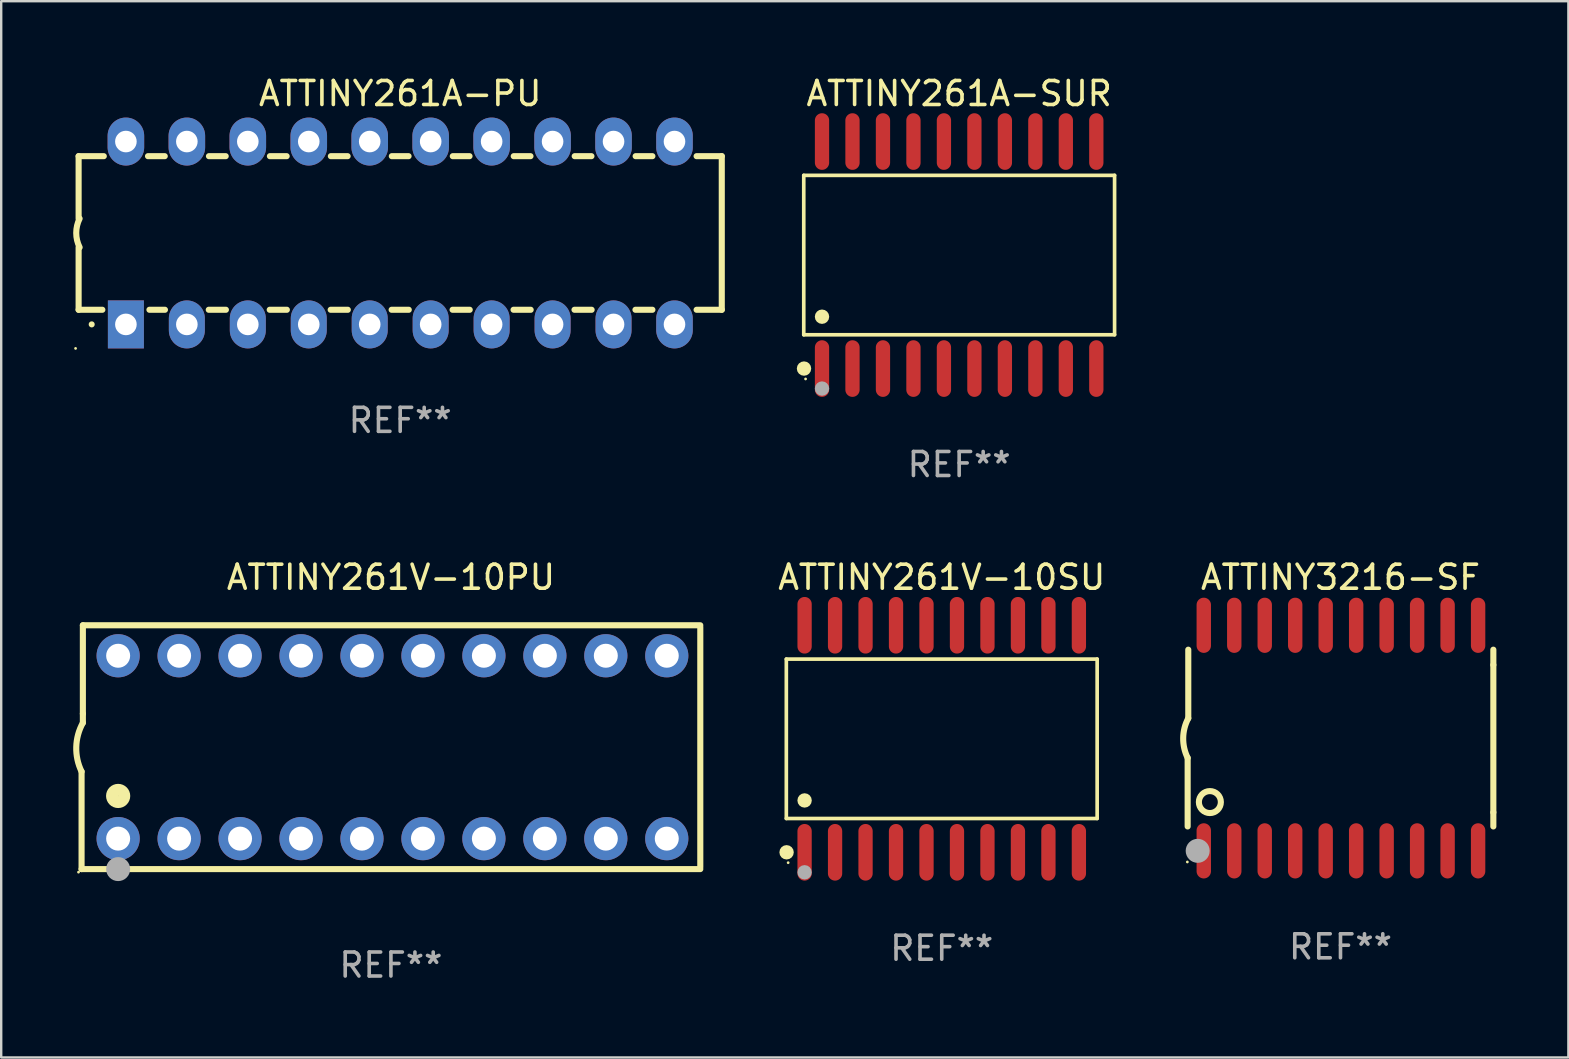
<source format=kicad_pcb>
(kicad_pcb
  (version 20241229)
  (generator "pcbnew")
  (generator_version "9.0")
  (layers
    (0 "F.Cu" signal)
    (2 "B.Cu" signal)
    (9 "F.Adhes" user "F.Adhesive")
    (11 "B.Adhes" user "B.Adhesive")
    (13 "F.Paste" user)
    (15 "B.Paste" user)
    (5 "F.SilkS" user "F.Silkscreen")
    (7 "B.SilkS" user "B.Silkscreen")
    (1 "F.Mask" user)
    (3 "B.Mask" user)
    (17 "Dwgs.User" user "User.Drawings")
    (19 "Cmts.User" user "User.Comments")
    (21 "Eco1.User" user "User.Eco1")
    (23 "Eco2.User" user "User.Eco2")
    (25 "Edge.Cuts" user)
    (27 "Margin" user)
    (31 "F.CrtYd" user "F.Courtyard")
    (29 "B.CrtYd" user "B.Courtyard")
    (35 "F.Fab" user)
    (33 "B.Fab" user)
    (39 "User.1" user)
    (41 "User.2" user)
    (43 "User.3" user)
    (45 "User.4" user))
  (footprint "ATTINY261A-SUR"
    (layer "F.Cu")
    (at 36.918 7.578)
    (property "Reference" "ATTINY261A-SUR" (at 0 -6.73 0) (layer "F.SilkS") (effects (font (size 1 1) (thickness 0.15))))
    (attr through_hole)
    (fp_line (start -6.476 -3.321) (end 6.476 -3.321) (stroke (width 0.152) (type solid)) (layer "F.SilkS"))
    (fp_line (start -6.476 3.321) (end -6.476 -3.321) (stroke (width 0.152) (type solid)) (layer "F.SilkS"))
    (fp_line (start 6.476 -3.321) (end 6.476 3.321) (stroke (width 0.152) (type solid)) (layer "F.SilkS"))
    (fp_line (start 6.476 3.321) (end -6.476 3.321) (stroke (width 0.152) (type solid)) (layer "F.SilkS"))
    (fp_circle (center -6.465 4.73) (end -6.315 4.73) (stroke (width 0.3) (type solid)) (fill no) (layer "F.SilkS"))
    (fp_circle (center -6.4 5.163) (end -6.37 5.163) (stroke (width 0.06) (type solid)) (fill no) (layer "F.SilkS"))
    (fp_circle (center -5.715 2.569) (end -5.565 2.569) (stroke (width 0.3) (type solid)) (fill no) (layer "F.SilkS"))
    (fp_circle (center -5.715 5.563) (end -5.565 5.563) (stroke (width 0.3) (type solid)) (fill no) (layer "F.Fab"))
    (fp_text user "REF**" (at 0 8.73 0) (layer "F.Fab") (effects (font (size 1 1) (thickness 0.15))))
    (pad "1" smd oval (at -5.715 4.73) (size 0.595 2.36) (layers "F.Cu" "F.Mask" "F.Paste"))
    (pad "2" smd oval (at -4.445 4.73) (size 0.595 2.36) (layers "F.Cu" "F.Mask" "F.Paste"))
    (pad "3" smd oval (at -3.175 4.73) (size 0.595 2.36) (layers "F.Cu" "F.Mask" "F.Paste"))
    (pad "4" smd oval (at -1.905 4.73) (size 0.595 2.36) (layers "F.Cu" "F.Mask" "F.Paste"))
    (pad "5" smd oval (at -0.635 4.73) (size 0.595 2.36) (layers "F.Cu" "F.Mask" "F.Paste"))
    (pad "6" smd oval (at 0.635 4.73) (size 0.595 2.36) (layers "F.Cu" "F.Mask" "F.Paste"))
    (pad "7" smd oval (at 1.905 4.73) (size 0.595 2.36) (layers "F.Cu" "F.Mask" "F.Paste"))
    (pad "8" smd oval (at 3.175 4.73) (size 0.595 2.36) (layers "F.Cu" "F.Mask" "F.Paste"))
    (pad "9" smd oval (at 4.445 4.73) (size 0.595 2.36) (layers "F.Cu" "F.Mask" "F.Paste"))
    (pad "10" smd oval (at 5.715 4.73) (size 0.595 2.36) (layers "F.Cu" "F.Mask" "F.Paste"))
    (pad "11" smd oval (at 5.715 -4.73) (size 0.595 2.36) (layers "F.Cu" "F.Mask" "F.Paste"))
    (pad "12" smd oval (at 4.445 -4.73) (size 0.595 2.36) (layers "F.Cu" "F.Mask" "F.Paste"))
    (pad "13" smd oval (at 3.175 -4.73) (size 0.595 2.36) (layers "F.Cu" "F.Mask" "F.Paste"))
    (pad "14" smd oval (at 1.905 -4.73) (size 0.595 2.36) (layers "F.Cu" "F.Mask" "F.Paste"))
    (pad "15" smd oval (at 0.635 -4.73) (size 0.595 2.36) (layers "F.Cu" "F.Mask" "F.Paste"))
    (pad "16" smd oval (at -0.635 -4.73) (size 0.595 2.36) (layers "F.Cu" "F.Mask" "F.Paste"))
    (pad "17" smd oval (at -1.905 -4.73) (size 0.595 2.36) (layers "F.Cu" "F.Mask" "F.Paste"))
    (pad "18" smd oval (at -3.175 -4.73) (size 0.595 2.36) (layers "F.Cu" "F.Mask" "F.Paste"))
    (pad "19" smd oval (at -4.445 -4.73) (size 0.595 2.36) (layers "F.Cu" "F.Mask" "F.Paste"))
    (pad "20" smd oval (at -5.715 -4.73) (size 0.595 2.36) (layers "F.Cu" "F.Mask" "F.Paste")))
  (footprint "ATTINY261V-10PU"
    (layer "F.Cu")
    (at 13.24 28.085)
    (property "Reference" "ATTINY261V-10PU" (at 0 -7.08 0) (layer "F.SilkS") (effects (font (size 1 1) (thickness 0.15))))
    (attr through_hole)
    (fp_line (start -12.891 5.08) (end -12.891 1.016) (stroke (width 0.254) (type solid)) (layer "F.SilkS"))
    (fp_line (start -12.891 5.08) (end 12.891 5.08) (stroke (width 0.254) (type solid)) (layer "F.SilkS"))
    (fp_line (start -12.837 -5.08) (end -12.837 -1.397) (stroke (width 0.254) (type solid)) (layer "F.SilkS"))
    (fp_line (start -12.837 -5.08) (end 12.891 -5.08) (stroke (width 0.254) (type solid)) (layer "F.SilkS"))
    (fp_line (start -12.837 -1.397) (end -12.837 -1.016) (stroke (width 0.254) (type solid)) (layer "F.SilkS"))
    (fp_line (start 12.891 -5) (end 12.891 5) (stroke (width 0.254) (type solid)) (layer "F.SilkS"))
    (fp_arc (start -12.890526 1.016002) (mid -13.111945 -0.006602) (end -12.836525 -1.016002) (stroke (width 0.254001) (type solid)) (layer "F.SilkS"))
    (fp_circle (center -13.018 5.207) (end -12.988 5.207) (stroke (width 0.06) (type solid)) (fill no) (layer "F.SilkS"))
    (fp_circle (center -11.367 2.032) (end -11.113 2.032) (stroke (width 0.5) (type solid)) (fill no) (layer "F.SilkS"))
    (fp_circle (center -11.367 5.08) (end -11.117 5.08) (stroke (width 0.5) (type solid)) (fill no) (layer "F.Fab"))
    (fp_text user "REF**" (at 0 9.08 0) (layer "F.Fab") (effects (font (size 1 1) (thickness 0.15))))
    (pad "1" thru_hole circle (at -11.367 3.81) (size 1.8 1.8) (drill 1) (layers "*.Cu" "*.Mask"))
    (pad "2" thru_hole circle (at -8.827 3.81) (size 1.8 1.8) (drill 1) (layers "*.Cu" "*.Mask"))
    (pad "3" thru_hole circle (at -6.287 3.81) (size 1.8 1.8) (drill 1) (layers "*.Cu" "*.Mask"))
    (pad "4" thru_hole circle (at -3.747 3.81) (size 1.8 1.8) (drill 1) (layers "*.Cu" "*.Mask"))
    (pad "5" thru_hole circle (at -1.207 3.81) (size 1.8 1.8) (drill 1) (layers "*.Cu" "*.Mask"))
    (pad "6" thru_hole circle (at 1.334 3.81) (size 1.8 1.8) (drill 1) (layers "*.Cu" "*.Mask"))
    (pad "7" thru_hole circle (at 3.874 3.81) (size 1.8 1.8) (drill 1) (layers "*.Cu" "*.Mask"))
    (pad "8" thru_hole circle (at 6.414 3.81) (size 1.8 1.8) (drill 1) (layers "*.Cu" "*.Mask"))
    (pad "9" thru_hole circle (at 8.954 3.81) (size 1.8 1.8) (drill 1) (layers "*.Cu" "*.Mask"))
    (pad "10" thru_hole circle (at 11.494 3.81) (size 1.8 1.8) (drill 1) (layers "*.Cu" "*.Mask"))
    (pad "11" thru_hole circle (at 11.494 -3.81) (size 1.8 1.8) (drill 1) (layers "*.Cu" "*.Mask"))
    (pad "12" thru_hole circle (at 8.954 -3.81) (size 1.8 1.8) (drill 1) (layers "*.Cu" "*.Mask"))
    (pad "13" thru_hole circle (at 6.414 -3.81) (size 1.8 1.8) (drill 1) (layers "*.Cu" "*.Mask"))
    (pad "14" thru_hole circle (at 3.874 -3.81) (size 1.8 1.8) (drill 1) (layers "*.Cu" "*.Mask"))
    (pad "15" thru_hole circle (at 1.334 -3.81) (size 1.8 1.8) (drill 1) (layers "*.Cu" "*.Mask"))
    (pad "16" thru_hole circle (at -1.207 -3.81) (size 1.8 1.8) (drill 1) (layers "*.Cu" "*.Mask"))
    (pad "17" thru_hole circle (at -3.747 -3.81) (size 1.8 1.8) (drill 1) (layers "*.Cu" "*.Mask"))
    (pad "18" thru_hole circle (at -6.287 -3.81) (size 1.8 1.8) (drill 1) (layers "*.Cu" "*.Mask"))
    (pad "19" thru_hole circle (at -8.827 -3.81) (size 1.8 1.8) (drill 1) (layers "*.Cu" "*.Mask"))
    (pad "20" thru_hole circle (at -11.367 -3.81) (size 1.8 1.8) (drill 1) (layers "*.Cu" "*.Mask")))
  (footprint "ATTINY3216-SF"
    (layer "F.Cu")
    (at 52.808 27.705)
    (property "Reference" "ATTINY3216-SF" (at 0 -6.7 0) (layer "F.SilkS") (effects (font (size 1 1) (thickness 0.15))))
    (attr through_hole)
    (fp_line (start -6.369 0.826) (end -6.369 3.683) (stroke (width 0.254) (type solid)) (layer "F.SilkS"))
    (fp_line (start -6.343 -0.825) (end -6.343 -3.683) (stroke (width 0.254) (type solid)) (layer "F.SilkS"))
    (fp_line (start 6.369 -3.048) (end 6.369 -3.683) (stroke (width 0.254) (type solid)) (layer "F.SilkS"))
    (fp_line (start 6.369 -3.048) (end 6.369 3.096) (stroke (width 0.254) (type solid)) (layer "F.SilkS"))
    (fp_line (start 6.369 3.096) (end 6.369 3.683) (stroke (width 0.254) (type solid)) (layer "F.SilkS"))
    (fp_arc (start -6.36853 0.825552) (mid -6.554743 -0.00301) (end -6.343129 -0.825451) (stroke (width 0.254001) (type solid)) (layer "F.SilkS"))
    (fp_circle (center -6.382 5.163) (end -6.352 5.163) (stroke (width 0.06) (type solid)) (fill no) (layer "F.SilkS"))
    (fp_circle (center -5.443 2.667) (end -4.985 2.667) (stroke (width 0.254) (type solid)) (fill no) (layer "F.SilkS"))
    (fp_circle (center -5.951 4.699) (end -5.701 4.699) (stroke (width 0.5) (type solid)) (fill no) (layer "F.Fab"))
    (fp_text user "REF**" (at 0 8.7 0) (layer "F.Fab") (effects (font (size 1 1) (thickness 0.15))))
    (pad "1" smd oval (at -5.697 4.7 180) (size 0.6 2.3) (layers "F.Cu" "F.Mask" "F.Paste"))
    (pad "2" smd oval (at -4.427 4.7 180) (size 0.6 2.3) (layers "F.Cu" "F.Mask" "F.Paste"))
    (pad "3" smd oval (at -3.157 4.7 180) (size 0.6 2.3) (layers "F.Cu" "F.Mask" "F.Paste"))
    (pad "4" smd oval (at -1.887 4.7 180) (size 0.6 2.3) (layers "F.Cu" "F.Mask" "F.Paste"))
    (pad "5" smd oval (at -0.617 4.7 180) (size 0.6 2.3) (layers "F.Cu" "F.Mask" "F.Paste"))
    (pad "6" smd oval (at 0.653 4.7 180) (size 0.6 2.3) (layers "F.Cu" "F.Mask" "F.Paste"))
    (pad "7" smd oval (at 1.923 4.7 180) (size 0.6 2.3) (layers "F.Cu" "F.Mask" "F.Paste"))
    (pad "8" smd oval (at 3.193 4.7 180) (size 0.6 2.3) (layers "F.Cu" "F.Mask" "F.Paste"))
    (pad "9" smd oval (at 4.463 4.7 180) (size 0.6 2.3) (layers "F.Cu" "F.Mask" "F.Paste"))
    (pad "10" smd oval (at 5.734 4.7 180) (size 0.6 2.3) (layers "F.Cu" "F.Mask" "F.Paste"))
    (pad "11" smd oval (at 5.734 -4.7 180) (size 0.6 2.3) (layers "F.Cu" "F.Mask" "F.Paste"))
    (pad "12" smd oval (at 4.463 -4.7 180) (size 0.6 2.3) (layers "F.Cu" "F.Mask" "F.Paste"))
    (pad "13" smd oval (at 3.193 -4.7 180) (size 0.6 2.3) (layers "F.Cu" "F.Mask" "F.Paste"))
    (pad "14" smd oval (at 1.923 -4.7 180) (size 0.6 2.3) (layers "F.Cu" "F.Mask" "F.Paste"))
    (pad "15" smd oval (at 0.653 -4.7 180) (size 0.6 2.3) (layers "F.Cu" "F.Mask" "F.Paste"))
    (pad "16" smd oval (at -0.617 -4.7 180) (size 0.6 2.3) (layers "F.Cu" "F.Mask" "F.Paste"))
    (pad "17" smd oval (at -1.887 -4.7 180) (size 0.6 2.3) (layers "F.Cu" "F.Mask" "F.Paste"))
    (pad "18" smd oval (at -3.157 -4.7 180) (size 0.6 2.3) (layers "F.Cu" "F.Mask" "F.Paste"))
    (pad "19" smd oval (at -4.427 -4.7 180) (size 0.6 2.3) (layers "F.Cu" "F.Mask" "F.Paste"))
    (pad "20" smd oval (at -5.697 -4.7 180) (size 0.6 2.3) (layers "F.Cu" "F.Mask" "F.Paste")))
  (footprint "ATTINY261A-PU"
    (layer "F.Cu")
    (at 13.626 6.658)
    (property "Reference" "ATTINY261A-PU" (at 0 -5.81 0) (layer "F.SilkS") (effects (font (size 1 1) (thickness 0.15))))
    (attr through_hole)
    (fp_line (start -13.4 -3.2) (end -12.351 -3.2) (stroke (width 0.254) (type solid)) (layer "F.SilkS"))
    (fp_line (start -13.4 -0.6) (end -13.4 -3.2) (stroke (width 0.254) (type solid)) (layer "F.SilkS"))
    (fp_line (start -13.4 3.2) (end -13.4 0.6) (stroke (width 0.254) (type solid)) (layer "F.SilkS"))
    (fp_line (start -13.4 3.2) (end -12.411 3.2) (stroke (width 0.254) (type solid)) (layer "F.SilkS"))
    (fp_line (start -10.509 -3.2) (end -9.811 -3.2) (stroke (width 0.254) (type solid)) (layer "F.SilkS"))
    (fp_line (start -10.449 3.2) (end -9.803 3.2) (stroke (width 0.254) (type solid)) (layer "F.SilkS"))
    (fp_line (start -7.977 3.2) (end -7.263 3.2) (stroke (width 0.254) (type solid)) (layer "F.SilkS"))
    (fp_line (start -7.969 -3.2) (end -7.271 -3.2) (stroke (width 0.254) (type solid)) (layer "F.SilkS"))
    (fp_line (start -5.437 3.2) (end -4.723 3.2) (stroke (width 0.254) (type solid)) (layer "F.SilkS"))
    (fp_line (start -5.429 -3.2) (end -4.731 -3.2) (stroke (width 0.254) (type solid)) (layer "F.SilkS"))
    (fp_line (start -2.897 3.2) (end -2.183 3.2) (stroke (width 0.254) (type solid)) (layer "F.SilkS"))
    (fp_line (start -2.889 -3.2) (end -2.191 -3.2) (stroke (width 0.254) (type solid)) (layer "F.SilkS"))
    (fp_line (start -0.357 3.2) (end 0.357 3.2) (stroke (width 0.254) (type solid)) (layer "F.SilkS"))
    (fp_line (start -0.349 -3.2) (end 0.349 -3.2) (stroke (width 0.254) (type solid)) (layer "F.SilkS"))
    (fp_line (start 2.183 3.2) (end 2.897 3.2) (stroke (width 0.254) (type solid)) (layer "F.SilkS"))
    (fp_line (start 2.191 -3.2) (end 2.889 -3.2) (stroke (width 0.254) (type solid)) (layer "F.SilkS"))
    (fp_line (start 4.723 3.2) (end 5.437 3.2) (stroke (width 0.254) (type solid)) (layer "F.SilkS"))
    (fp_line (start 4.731 -3.2) (end 5.429 -3.2) (stroke (width 0.254) (type solid)) (layer "F.SilkS"))
    (fp_line (start 7.263 3.2) (end 7.977 3.2) (stroke (width 0.254) (type solid)) (layer "F.SilkS"))
    (fp_line (start 7.271 -3.2) (end 7.969 -3.2) (stroke (width 0.254) (type solid)) (layer "F.SilkS"))
    (fp_line (start 9.803 3.2) (end 10.509 3.2) (stroke (width 0.254) (type solid)) (layer "F.SilkS"))
    (fp_line (start 9.811 -3.2) (end 10.509 -3.2) (stroke (width 0.254) (type solid)) (layer "F.SilkS"))
    (fp_line (start 12.351 -3.2) (end 13.4 -3.2) (stroke (width 0.254) (type solid)) (layer "F.SilkS"))
    (fp_line (start 12.351 3.2) (end 13.4 3.2) (stroke (width 0.254) (type solid)) (layer "F.SilkS"))
    (fp_line (start 13.4 -3.2) (end 13.4 3.2) (stroke (width 0.254) (type solid)) (layer "F.SilkS"))
    (fp_arc (start -13.357557 0.599721) (mid -13.499295 0.000123) (end -13.358598 -0.599721) (stroke (width 0.254001) (type solid)) (layer "F.SilkS"))
    (fp_arc (start -12.854966 3.810008) (mid -12.854973 3.808738) (end -12.854966 3.807468) (stroke (width 0.25) (type solid)) (layer "F.SilkS"))
    (fp_circle (center -13.527 4.81) (end -13.497 4.81) (stroke (width 0.06) (type solid)) (fill no) (layer "F.SilkS"))
    (fp_text user "REF**" (at 0 7.81 0) (layer "F.Fab") (effects (font (size 1 1) (thickness 0.15))))
    (pad "1" thru_hole rect (at -11.43 3.81 90) (size 2 1.5) (drill 0.9) (layers "*.Cu" "*.Mask"))
    (pad "2" thru_hole oval (at -8.89 3.81 90) (size 2 1.5) (drill 0.9) (layers "*.Cu" "*.Mask"))
    (pad "3" thru_hole oval (at -6.35 3.81 90) (size 2 1.5) (drill 0.9) (layers "*.Cu" "*.Mask"))
    (pad "4" thru_hole oval (at -3.81 3.81 90) (size 2 1.5) (drill 0.9) (layers "*.Cu" "*.Mask"))
    (pad "5" thru_hole oval (at -1.27 3.81 90) (size 2 1.5) (drill 0.9) (layers "*.Cu" "*.Mask"))
    (pad "6" thru_hole oval (at 1.27 3.81 90) (size 2 1.5) (drill 0.9) (layers "*.Cu" "*.Mask"))
    (pad "7" thru_hole oval (at 3.81 3.81 90) (size 2 1.5) (drill 0.9) (layers "*.Cu" "*.Mask"))
    (pad "8" thru_hole oval (at 6.35 3.81 90) (size 2 1.5) (drill 0.9) (layers "*.Cu" "*.Mask"))
    (pad "9" thru_hole oval (at 8.89 3.81 90) (size 2 1.5) (drill 0.9) (layers "*.Cu" "*.Mask"))
    (pad "10" thru_hole oval (at 11.43 3.81 90) (size 2 1.524) (drill 0.9) (layers "*.Cu" "*.Mask"))
    (pad "11" thru_hole oval (at 11.43 -3.81 90) (size 2 1.524) (drill 0.9) (layers "*.Cu" "*.Mask"))
    (pad "12" thru_hole oval (at 8.89 -3.81 90) (size 2 1.524) (drill 0.9) (layers "*.Cu" "*.Mask"))
    (pad "13" thru_hole oval (at 6.35 -3.81 90) (size 2 1.524) (drill 0.9) (layers "*.Cu" "*.Mask"))
    (pad "14" thru_hole oval (at 3.81 -3.81 90) (size 2 1.524) (drill 0.9) (layers "*.Cu" "*.Mask"))
    (pad "15" thru_hole oval (at 1.27 -3.81 90) (size 2 1.524) (drill 0.9) (layers "*.Cu" "*.Mask"))
    (pad "16" thru_hole oval (at -1.27 -3.81 90) (size 2 1.524) (drill 0.9) (layers "*.Cu" "*.Mask"))
    (pad "17" thru_hole oval (at -3.81 -3.81 90) (size 2 1.524) (drill 0.9) (layers "*.Cu" "*.Mask"))
    (pad "18" thru_hole oval (at -6.35 -3.81 90) (size 2 1.524) (drill 0.9) (layers "*.Cu" "*.Mask"))
    (pad "19" thru_hole oval (at -8.89 -3.81 90) (size 2 1.524) (drill 0.9) (layers "*.Cu" "*.Mask"))
    (pad "20" thru_hole oval (at -11.43 -3.81 90) (size 2 1.524) (drill 0.9) (layers "*.Cu" "*.Mask")))
  (footprint "ATTINY261V-10SU"
    (layer "F.Cu")
    (at 36.192 27.735)
    (property "Reference" "ATTINY261V-10SU" (at 0 -6.73 0) (layer "F.SilkS") (effects (font (size 1 1) (thickness 0.15))))
    (attr through_hole)
    (fp_line (start -6.476 -3.321) (end 6.476 -3.321) (stroke (width 0.152) (type solid)) (layer "F.SilkS"))
    (fp_line (start -6.476 3.321) (end -6.476 -3.321) (stroke (width 0.152) (type solid)) (layer "F.SilkS"))
    (fp_line (start 6.476 -3.321) (end 6.476 3.321) (stroke (width 0.152) (type solid)) (layer "F.SilkS"))
    (fp_line (start 6.476 3.321) (end -6.476 3.321) (stroke (width 0.152) (type solid)) (layer "F.SilkS"))
    (fp_circle (center -6.465 4.73) (end -6.315 4.73) (stroke (width 0.3) (type solid)) (fill no) (layer "F.SilkS"))
    (fp_circle (center -6.4 5.163) (end -6.37 5.163) (stroke (width 0.06) (type solid)) (fill no) (layer "F.SilkS"))
    (fp_circle (center -5.715 2.569) (end -5.565 2.569) (stroke (width 0.3) (type solid)) (fill no) (layer "F.SilkS"))
    (fp_circle (center -5.715 5.563) (end -5.565 5.563) (stroke (width 0.3) (type solid)) (fill no) (layer "F.Fab"))
    (fp_text user "REF**" (at 0 8.73 0) (layer "F.Fab") (effects (font (size 1 1) (thickness 0.15))))
    (pad "1" smd oval (at -5.715 4.73) (size 0.595 2.36) (layers "F.Cu" "F.Mask" "F.Paste"))
    (pad "2" smd oval (at -4.445 4.73) (size 0.595 2.36) (layers "F.Cu" "F.Mask" "F.Paste"))
    (pad "3" smd oval (at -3.175 4.73) (size 0.595 2.36) (layers "F.Cu" "F.Mask" "F.Paste"))
    (pad "4" smd oval (at -1.905 4.73) (size 0.595 2.36) (layers "F.Cu" "F.Mask" "F.Paste"))
    (pad "5" smd oval (at -0.635 4.73) (size 0.595 2.36) (layers "F.Cu" "F.Mask" "F.Paste"))
    (pad "6" smd oval (at 0.635 4.73) (size 0.595 2.36) (layers "F.Cu" "F.Mask" "F.Paste"))
    (pad "7" smd oval (at 1.905 4.73) (size 0.595 2.36) (layers "F.Cu" "F.Mask" "F.Paste"))
    (pad "8" smd oval (at 3.175 4.73) (size 0.595 2.36) (layers "F.Cu" "F.Mask" "F.Paste"))
    (pad "9" smd oval (at 4.445 4.73) (size 0.595 2.36) (layers "F.Cu" "F.Mask" "F.Paste"))
    (pad "10" smd oval (at 5.715 4.73) (size 0.595 2.36) (layers "F.Cu" "F.Mask" "F.Paste"))
    (pad "11" smd oval (at 5.715 -4.73) (size 0.595 2.36) (layers "F.Cu" "F.Mask" "F.Paste"))
    (pad "12" smd oval (at 4.445 -4.73) (size 0.595 2.36) (layers "F.Cu" "F.Mask" "F.Paste"))
    (pad "13" smd oval (at 3.175 -4.73) (size 0.595 2.36) (layers "F.Cu" "F.Mask" "F.Paste"))
    (pad "14" smd oval (at 1.905 -4.73) (size 0.595 2.36) (layers "F.Cu" "F.Mask" "F.Paste"))
    (pad "15" smd oval (at 0.635 -4.73) (size 0.595 2.36) (layers "F.Cu" "F.Mask" "F.Paste"))
    (pad "16" smd oval (at -0.635 -4.73) (size 0.595 2.36) (layers "F.Cu" "F.Mask" "F.Paste"))
    (pad "17" smd oval (at -1.905 -4.73) (size 0.595 2.36) (layers "F.Cu" "F.Mask" "F.Paste"))
    (pad "18" smd oval (at -3.175 -4.73) (size 0.595 2.36) (layers "F.Cu" "F.Mask" "F.Paste"))
    (pad "19" smd oval (at -4.445 -4.73) (size 0.595 2.36) (layers "F.Cu" "F.Mask" "F.Paste"))
    (pad "20" smd oval (at -5.715 -4.73) (size 0.595 2.36) (layers "F.Cu" "F.Mask" "F.Paste")))
  (gr_rect
    (start -3 -3)
    (end 62.304 41.013)
    (stroke (width 0.1) (type default))
    (fill no)
    (layer "Edge.Cuts")))
</source>
